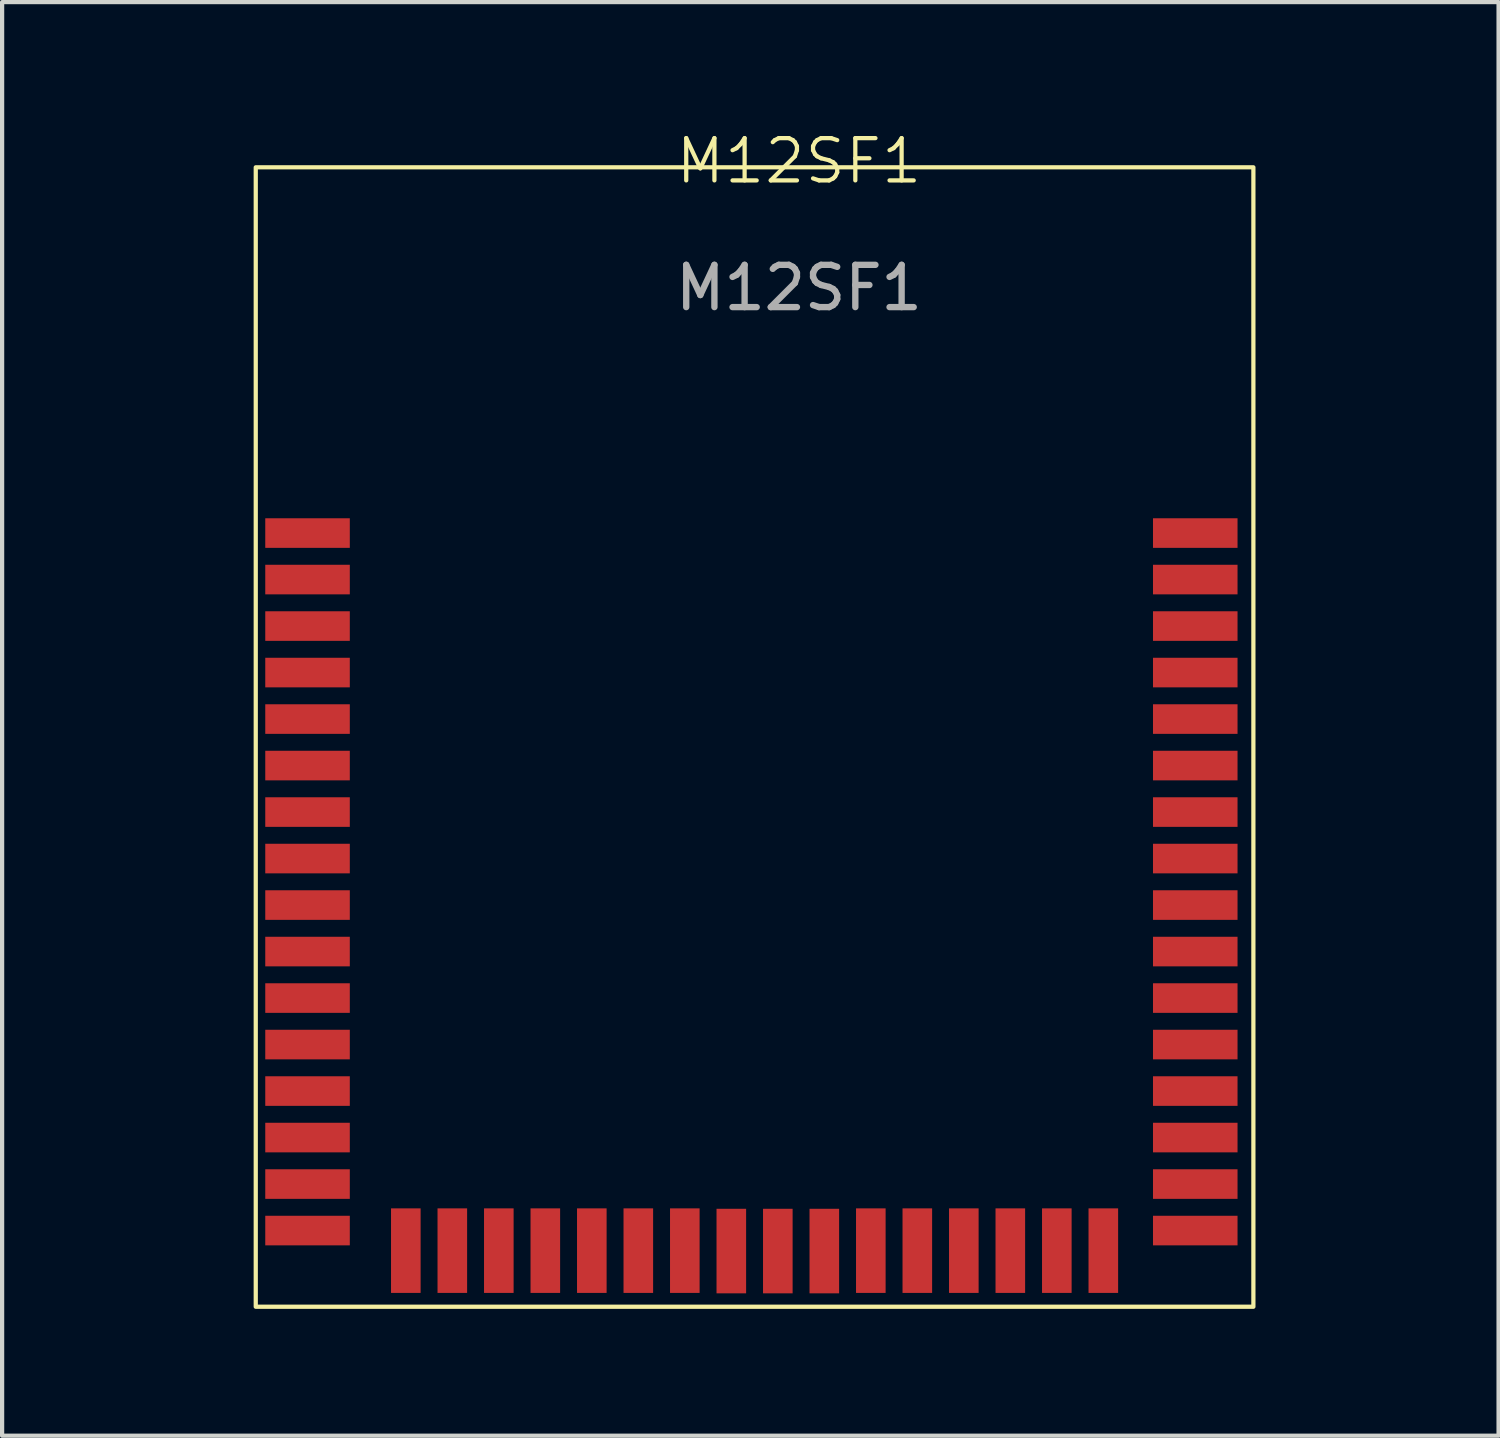
<source format=kicad_pcb>
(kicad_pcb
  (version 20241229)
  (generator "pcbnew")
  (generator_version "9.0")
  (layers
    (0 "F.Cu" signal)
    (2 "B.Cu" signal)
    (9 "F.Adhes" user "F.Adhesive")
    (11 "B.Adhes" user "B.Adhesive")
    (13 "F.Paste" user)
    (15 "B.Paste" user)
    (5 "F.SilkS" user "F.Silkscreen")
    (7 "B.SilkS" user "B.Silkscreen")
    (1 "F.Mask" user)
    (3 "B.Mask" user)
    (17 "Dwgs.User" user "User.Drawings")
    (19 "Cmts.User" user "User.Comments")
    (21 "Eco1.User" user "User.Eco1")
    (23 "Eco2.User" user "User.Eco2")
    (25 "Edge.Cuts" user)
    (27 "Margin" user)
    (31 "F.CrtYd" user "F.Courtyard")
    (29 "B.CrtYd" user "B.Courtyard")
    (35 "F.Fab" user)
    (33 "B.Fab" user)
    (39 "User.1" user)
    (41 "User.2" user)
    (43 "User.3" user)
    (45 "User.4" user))
  (footprint "M12SF1"
    (layer "F.Cu")
    (at 15.85 19.585)
    (property "Reference" "M12SF1" (at 0 -18.825 0) (unlocked yes) (layer "F.SilkS") (effects (font (size 1 1) (thickness 0.1))))
    (attr smd)
    (fp_rect (start -12.85 -18.677) (end 10.75 8.277) (stroke (width 0.1) (type default)) (fill no) (layer "F.SilkS"))
    (fp_text user "${REFERENCE}" (at 0 -15.825 0) (unlocked yes) (layer "F.Fab") (effects (font (size 1 1) (thickness 0.15))))
    (pad "1" smd rect (at 9.375 -10.025) (size 2 0.7) (layers "F.Cu" "F.Mask" "F.Paste"))
    (pad "2" smd rect (at 9.375 -8.925) (size 2 0.7) (layers "F.Cu" "F.Mask" "F.Paste"))
    (pad "3" smd rect (at 9.375 -7.825) (size 2 0.7) (layers "F.Cu" "F.Mask" "F.Paste"))
    (pad "4" smd rect (at 9.375 -6.725) (size 2 0.7) (layers "F.Cu" "F.Mask" "F.Paste"))
    (pad "5" smd rect (at 9.375 -5.625) (size 2 0.7) (layers "F.Cu" "F.Mask" "F.Paste"))
    (pad "6" smd rect (at 9.375 -4.525) (size 2 0.7) (layers "F.Cu" "F.Mask" "F.Paste"))
    (pad "7" smd rect (at 9.375 -3.425) (size 2 0.7) (layers "F.Cu" "F.Mask" "F.Paste"))
    (pad "8" smd rect (at 9.375 -2.325) (size 2 0.7) (layers "F.Cu" "F.Mask" "F.Paste"))
    (pad "9" smd rect (at 9.375 -1.225) (size 2 0.7) (layers "F.Cu" "F.Mask" "F.Paste"))
    (pad "10" smd rect (at 9.375 -0.125) (size 2 0.7) (layers "F.Cu" "F.Mask" "F.Paste"))
    (pad "11" smd rect (at 9.375 0.975) (size 2 0.7) (layers "F.Cu" "F.Mask" "F.Paste"))
    (pad "12" smd rect (at 9.375 2.075) (size 2 0.7) (layers "F.Cu" "F.Mask" "F.Paste"))
    (pad "13" smd rect (at 9.375 3.175) (size 2 0.7) (layers "F.Cu" "F.Mask" "F.Paste"))
    (pad "14" smd rect (at 9.375 4.275) (size 2 0.7) (layers "F.Cu" "F.Mask" "F.Paste"))
    (pad "15" smd rect (at 9.375 5.375) (size 2 0.7) (layers "F.Cu" "F.Mask" "F.Paste"))
    (pad "16" smd rect (at 9.375 6.475) (size 2 0.7) (layers "F.Cu" "F.Mask" "F.Paste"))
    (pad "17" smd rect (at 7.2 6.95 270) (size 2 0.7) (layers "F.Cu" "F.Mask" "F.Paste"))
    (pad "18" smd rect (at 6.1 6.95 270) (size 2 0.7) (layers "F.Cu" "F.Mask" "F.Paste"))
    (pad "19" smd rect (at 5 6.95 270) (size 2 0.7) (layers "F.Cu" "F.Mask" "F.Paste"))
    (pad "20" smd rect (at 3.9 6.95 270) (size 2 0.7) (layers "F.Cu" "F.Mask" "F.Paste"))
    (pad "21" smd rect (at 2.8 6.95 270) (size 2 0.7) (layers "F.Cu" "F.Mask" "F.Paste"))
    (pad "22" smd rect (at 1.7 6.95 270) (size 2 0.7) (layers "F.Cu" "F.Mask" "F.Paste"))
    (pad "23" smd rect (at 0.6 6.96 270) (size 2 0.7) (layers "F.Cu" "F.Mask" "F.Paste"))
    (pad "24" smd rect (at -0.5 6.96 270) (size 2 0.7) (layers "F.Cu" "F.Mask" "F.Paste"))
    (pad "25" smd rect (at -1.6 6.96 270) (size 2 0.7) (layers "F.Cu" "F.Mask" "F.Paste"))
    (pad "26" smd rect (at -2.7 6.95 270) (size 2 0.7) (layers "F.Cu" "F.Mask" "F.Paste"))
    (pad "27" smd rect (at -3.8 6.95 270) (size 2 0.7) (layers "F.Cu" "F.Mask" "F.Paste"))
    (pad "28" smd rect (at -4.9 6.95 270) (size 2 0.7) (layers "F.Cu" "F.Mask" "F.Paste"))
    (pad "29" smd rect (at -6 6.95 270) (size 2 0.7) (layers "F.Cu" "F.Mask" "F.Paste"))
    (pad "30" smd rect (at -7.1 6.95 270) (size 2 0.7) (layers "F.Cu" "F.Mask" "F.Paste"))
    (pad "31" smd rect (at -8.2 6.95 270) (size 2 0.7) (layers "F.Cu" "F.Mask" "F.Paste"))
    (pad "32" smd rect (at -9.3 6.95 270) (size 2 0.7) (layers "F.Cu" "F.Mask" "F.Paste"))
    (pad "33" smd rect (at -11.625 6.475) (size 2 0.7) (layers "F.Cu" "F.Mask" "F.Paste"))
    (pad "34" smd rect (at -11.625 5.375) (size 2 0.7) (layers "F.Cu" "F.Mask" "F.Paste"))
    (pad "35" smd rect (at -11.625 4.275) (size 2 0.7) (layers "F.Cu" "F.Mask" "F.Paste"))
    (pad "36" smd rect (at -11.625 3.175) (size 2 0.7) (layers "F.Cu" "F.Mask" "F.Paste"))
    (pad "37" smd rect (at -11.625 2.075) (size 2 0.7) (layers "F.Cu" "F.Mask" "F.Paste"))
    (pad "38" smd rect (at -11.625 0.975) (size 2 0.7) (layers "F.Cu" "F.Mask" "F.Paste"))
    (pad "39" smd rect (at -11.625 -0.125) (size 2 0.7) (layers "F.Cu" "F.Mask" "F.Paste"))
    (pad "40" smd rect (at -11.625 -1.225) (size 2 0.7) (layers "F.Cu" "F.Mask" "F.Paste"))
    (pad "41" smd rect (at -11.625 -2.325) (size 2 0.7) (layers "F.Cu" "F.Mask" "F.Paste"))
    (pad "42" smd rect (at -11.625 -3.425) (size 2 0.7) (layers "F.Cu" "F.Mask" "F.Paste"))
    (pad "43" smd rect (at -11.625 -4.525) (size 2 0.7) (layers "F.Cu" "F.Mask" "F.Paste"))
    (pad "44" smd rect (at -11.625 -5.625) (size 2 0.7) (layers "F.Cu" "F.Mask" "F.Paste"))
    (pad "45" smd rect (at -11.625 -6.725) (size 2 0.7) (layers "F.Cu" "F.Mask" "F.Paste"))
    (pad "46" smd rect (at -11.625 -7.825) (size 2 0.7) (layers "F.Cu" "F.Mask" "F.Paste"))
    (pad "47" smd rect (at -11.625 -8.925) (size 2 0.7) (layers "F.Cu" "F.Mask" "F.Paste"))
    (pad "48" smd rect (at -11.625 -10.025) (size 2 0.7) (layers "F.Cu" "F.Mask" "F.Paste"))
    (zone (net_name "") (layers "F.Cu" "B.Cu") (name "Antenna") (hatch edge 0.5) (connect_pads) (min_thickness 0.25) (filled_areas_thickness no) (keepout (tracks not_allowed) (vias not_allowed) (pads not_allowed) (copperpour not_allowed) (footprints not_allowed)) (placement (enabled no)) (fill) (polygon (pts (xy 29.4 0.711) (xy 29.375 8.386) (xy 0 8.361) (xy 0 6.535) (xy 0 0.711)))))
  (gr_rect
    (start -3 -3)
    (end 32.4 30.913)
    (stroke (width 0.1) (type default))
    (fill no)
    (layer "Edge.Cuts")))
</source>
